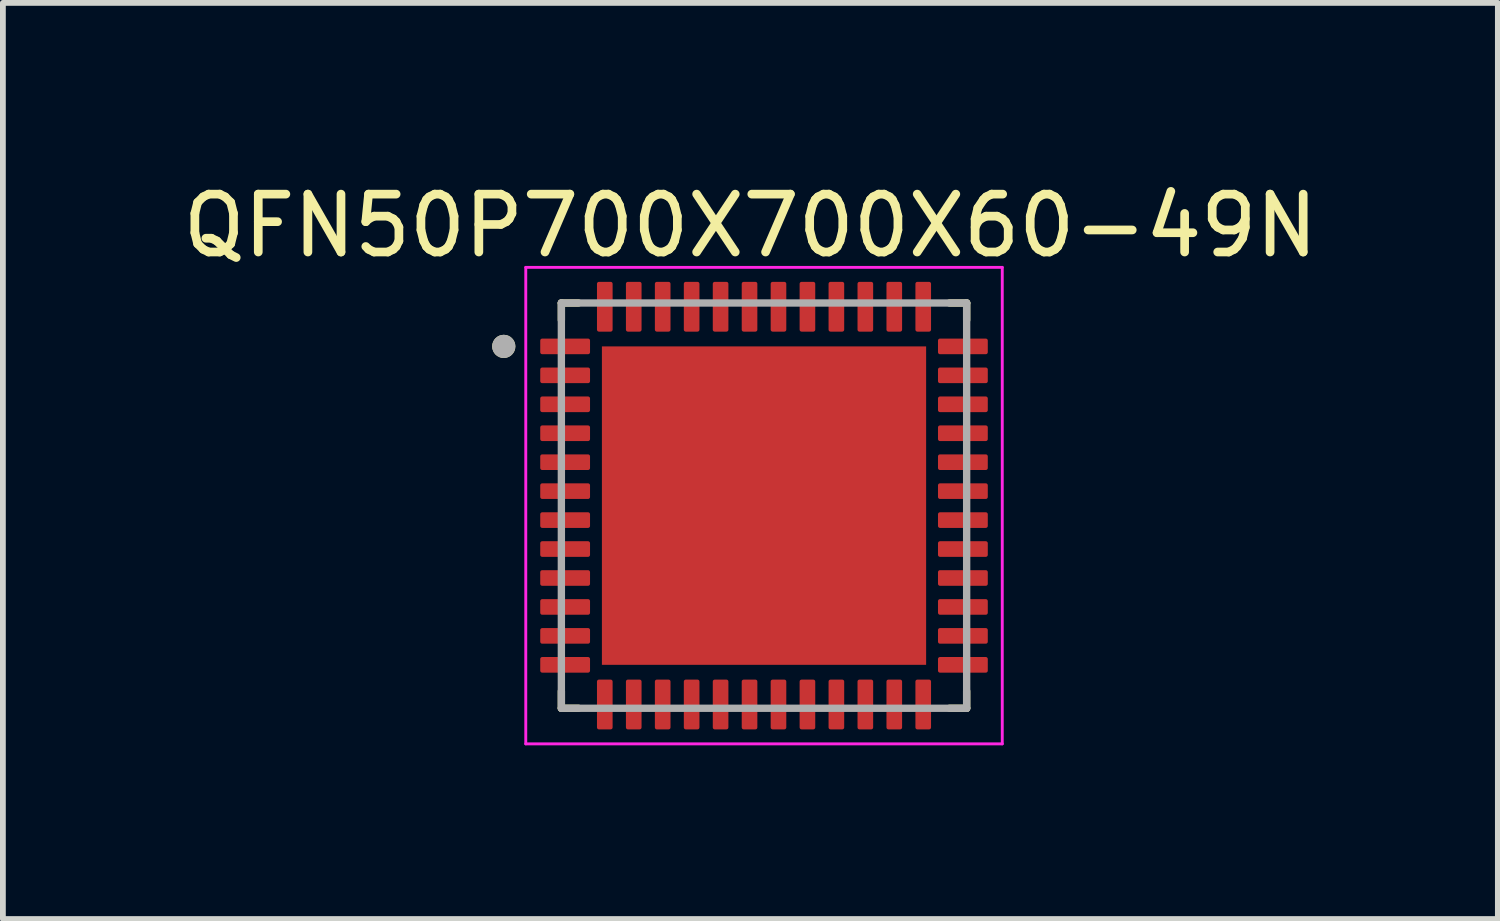
<source format=kicad_pcb>
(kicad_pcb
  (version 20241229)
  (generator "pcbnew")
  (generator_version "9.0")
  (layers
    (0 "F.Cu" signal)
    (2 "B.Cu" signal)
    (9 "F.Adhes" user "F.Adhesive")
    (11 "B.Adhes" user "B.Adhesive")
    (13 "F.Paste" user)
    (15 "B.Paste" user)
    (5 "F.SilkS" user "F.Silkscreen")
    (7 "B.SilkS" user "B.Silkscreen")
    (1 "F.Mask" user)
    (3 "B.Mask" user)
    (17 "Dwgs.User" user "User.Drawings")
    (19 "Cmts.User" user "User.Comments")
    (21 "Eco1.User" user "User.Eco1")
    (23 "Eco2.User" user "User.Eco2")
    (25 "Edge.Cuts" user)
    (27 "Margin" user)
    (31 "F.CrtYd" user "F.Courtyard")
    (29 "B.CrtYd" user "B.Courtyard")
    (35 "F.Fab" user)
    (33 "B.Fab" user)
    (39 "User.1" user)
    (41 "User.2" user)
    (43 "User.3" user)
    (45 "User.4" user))
  (footprint "QFN50P700X700X60-49N"
    (layer "F.Cu")
    (at 10.146 5.683)
    (property "Reference" "QFN50P700X700X60-49N" (at -0.235 -4.835 0) (layer "F.SilkS") (effects (font (size 1 1) (thickness 0.15))))
    (attr smd)
    (fp_line (start -3.5 -3.5) (end -3.5 -3.205) (stroke (width 0.127) (type solid)) (layer "F.SilkS"))
    (fp_line (start -3.5 -3.5) (end -3.205 -3.5) (stroke (width 0.127) (type solid)) (layer "F.SilkS"))
    (fp_line (start -3.5 3.5) (end -3.5 3.205) (stroke (width 0.127) (type solid)) (layer "F.SilkS"))
    (fp_line (start -3.5 3.5) (end -3.205 3.5) (stroke (width 0.127) (type solid)) (layer "F.SilkS"))
    (fp_line (start 3.5 -3.5) (end 3.205 -3.5) (stroke (width 0.127) (type solid)) (layer "F.SilkS"))
    (fp_line (start 3.5 -3.5) (end 3.5 -3.205) (stroke (width 0.127) (type solid)) (layer "F.SilkS"))
    (fp_line (start 3.5 3.5) (end 3.205 3.5) (stroke (width 0.127) (type solid)) (layer "F.SilkS"))
    (fp_line (start 3.5 3.5) (end 3.5 3.205) (stroke (width 0.127) (type solid)) (layer "F.SilkS"))
    (fp_circle (center -4.495 -2.75) (end -4.395 -2.75) (stroke (width 0.2) (type solid)) (fill no) (layer "F.SilkS"))
    (fp_poly (pts (xy -2.29 -2.24) (xy -0.51 -2.24) (xy -0.51 -0.51) (xy -2.29 -0.51)) (stroke (width 0.01) (type solid)) (fill yes) (layer "F.Paste"))
    (fp_poly (pts (xy -2.29 0.51) (xy -0.51 0.51) (xy -0.51 2.24) (xy -2.29 2.24)) (stroke (width 0.01) (type solid)) (fill yes) (layer "F.Paste"))
    (fp_poly (pts (xy 0.51 -2.24) (xy 2.29 -2.24) (xy 2.29 -0.51) (xy 0.51 -0.51)) (stroke (width 0.01) (type solid)) (fill yes) (layer "F.Paste"))
    (fp_poly (pts (xy 0.51 0.51) (xy 2.29 0.51) (xy 2.29 2.24) (xy 0.51 2.24)) (stroke (width 0.01) (type solid)) (fill yes) (layer "F.Paste"))
    (fp_line (start -4.115 -4.115) (end 4.115 -4.115) (stroke (width 0.05) (type solid)) (layer "F.CrtYd"))
    (fp_line (start -4.115 4.115) (end -4.115 -4.115) (stroke (width 0.05) (type solid)) (layer "F.CrtYd"))
    (fp_line (start -4.115 4.115) (end 4.115 4.115) (stroke (width 0.05) (type solid)) (layer "F.CrtYd"))
    (fp_line (start 4.115 4.115) (end 4.115 -4.115) (stroke (width 0.05) (type solid)) (layer "F.CrtYd"))
    (fp_line (start -3.5 3.5) (end -3.5 -3.5) (stroke (width 0.127) (type solid)) (layer "F.Fab"))
    (fp_line (start 3.5 -3.5) (end -3.5 -3.5) (stroke (width 0.127) (type solid)) (layer "F.Fab"))
    (fp_line (start 3.5 3.5) (end -3.5 3.5) (stroke (width 0.127) (type solid)) (layer "F.Fab"))
    (fp_line (start 3.5 3.5) (end 3.5 -3.5) (stroke (width 0.127) (type solid)) (layer "F.Fab"))
    (fp_circle (center -4.495 -2.75) (end -4.395 -2.75) (stroke (width 0.2) (type solid)) (fill no) (layer "F.Fab"))
    (pad "1" smd roundrect (at -3.435 -2.75) (size 0.86 0.27) (layers "F.Cu" "F.Mask" "F.Paste") (roundrect_rratio 0.125))
    (pad "2" smd roundrect (at -3.435 -2.25) (size 0.86 0.27) (layers "F.Cu" "F.Mask" "F.Paste") (roundrect_rratio 0.125))
    (pad "3" smd roundrect (at -3.435 -1.75) (size 0.86 0.27) (layers "F.Cu" "F.Mask" "F.Paste") (roundrect_rratio 0.125))
    (pad "4" smd roundrect (at -3.435 -1.25) (size 0.86 0.27) (layers "F.Cu" "F.Mask" "F.Paste") (roundrect_rratio 0.125))
    (pad "5" smd roundrect (at -3.435 -0.75) (size 0.86 0.27) (layers "F.Cu" "F.Mask" "F.Paste") (roundrect_rratio 0.125))
    (pad "6" smd roundrect (at -3.435 -0.25) (size 0.86 0.27) (layers "F.Cu" "F.Mask" "F.Paste") (roundrect_rratio 0.125))
    (pad "7" smd roundrect (at -3.435 0.25) (size 0.86 0.27) (layers "F.Cu" "F.Mask" "F.Paste") (roundrect_rratio 0.125))
    (pad "8" smd roundrect (at -3.435 0.75) (size 0.86 0.27) (layers "F.Cu" "F.Mask" "F.Paste") (roundrect_rratio 0.125))
    (pad "9" smd roundrect (at -3.435 1.25) (size 0.86 0.27) (layers "F.Cu" "F.Mask" "F.Paste") (roundrect_rratio 0.125))
    (pad "10" smd roundrect (at -3.435 1.75) (size 0.86 0.27) (layers "F.Cu" "F.Mask" "F.Paste") (roundrect_rratio 0.125))
    (pad "11" smd roundrect (at -3.435 2.25) (size 0.86 0.27) (layers "F.Cu" "F.Mask" "F.Paste") (roundrect_rratio 0.125))
    (pad "12" smd roundrect (at -3.435 2.75) (size 0.86 0.27) (layers "F.Cu" "F.Mask" "F.Paste") (roundrect_rratio 0.125))
    (pad "13" smd roundrect (at -2.75 3.435) (size 0.27 0.86) (layers "F.Cu" "F.Mask" "F.Paste") (roundrect_rratio 0.125))
    (pad "14" smd roundrect (at -2.25 3.435) (size 0.27 0.86) (layers "F.Cu" "F.Mask" "F.Paste") (roundrect_rratio 0.125))
    (pad "15" smd roundrect (at -1.75 3.435) (size 0.27 0.86) (layers "F.Cu" "F.Mask" "F.Paste") (roundrect_rratio 0.125))
    (pad "16" smd roundrect (at -1.25 3.435) (size 0.27 0.86) (layers "F.Cu" "F.Mask" "F.Paste") (roundrect_rratio 0.125))
    (pad "17" smd roundrect (at -0.75 3.435) (size 0.27 0.86) (layers "F.Cu" "F.Mask" "F.Paste") (roundrect_rratio 0.125))
    (pad "18" smd roundrect (at -0.25 3.435) (size 0.27 0.86) (layers "F.Cu" "F.Mask" "F.Paste") (roundrect_rratio 0.125))
    (pad "19" smd roundrect (at 0.25 3.435) (size 0.27 0.86) (layers "F.Cu" "F.Mask" "F.Paste") (roundrect_rratio 0.125))
    (pad "20" smd roundrect (at 0.75 3.435) (size 0.27 0.86) (layers "F.Cu" "F.Mask" "F.Paste") (roundrect_rratio 0.125))
    (pad "21" smd roundrect (at 1.25 3.435) (size 0.27 0.86) (layers "F.Cu" "F.Mask" "F.Paste") (roundrect_rratio 0.125))
    (pad "22" smd roundrect (at 1.75 3.435) (size 0.27 0.86) (layers "F.Cu" "F.Mask" "F.Paste") (roundrect_rratio 0.125))
    (pad "23" smd roundrect (at 2.25 3.435) (size 0.27 0.86) (layers "F.Cu" "F.Mask" "F.Paste") (roundrect_rratio 0.125))
    (pad "24" smd roundrect (at 2.75 3.435) (size 0.27 0.86) (layers "F.Cu" "F.Mask" "F.Paste") (roundrect_rratio 0.125))
    (pad "25" smd roundrect (at 3.435 2.75) (size 0.86 0.27) (layers "F.Cu" "F.Mask" "F.Paste") (roundrect_rratio 0.125))
    (pad "26" smd roundrect (at 3.435 2.25) (size 0.86 0.27) (layers "F.Cu" "F.Mask" "F.Paste") (roundrect_rratio 0.125))
    (pad "27" smd roundrect (at 3.435 1.75) (size 0.86 0.27) (layers "F.Cu" "F.Mask" "F.Paste") (roundrect_rratio 0.125))
    (pad "28" smd roundrect (at 3.435 1.25) (size 0.86 0.27) (layers "F.Cu" "F.Mask" "F.Paste") (roundrect_rratio 0.125))
    (pad "29" smd roundrect (at 3.435 0.75) (size 0.86 0.27) (layers "F.Cu" "F.Mask" "F.Paste") (roundrect_rratio 0.125))
    (pad "30" smd roundrect (at 3.435 0.25) (size 0.86 0.27) (layers "F.Cu" "F.Mask" "F.Paste") (roundrect_rratio 0.125))
    (pad "31" smd roundrect (at 3.435 -0.25) (size 0.86 0.27) (layers "F.Cu" "F.Mask" "F.Paste") (roundrect_rratio 0.125))
    (pad "32" smd roundrect (at 3.435 -0.75) (size 0.86 0.27) (layers "F.Cu" "F.Mask" "F.Paste") (roundrect_rratio 0.125))
    (pad "33" smd roundrect (at 3.435 -1.25) (size 0.86 0.27) (layers "F.Cu" "F.Mask" "F.Paste") (roundrect_rratio 0.125))
    (pad "34" smd roundrect (at 3.435 -1.75) (size 0.86 0.27) (layers "F.Cu" "F.Mask" "F.Paste") (roundrect_rratio 0.125))
    (pad "35" smd roundrect (at 3.435 -2.25) (size 0.86 0.27) (layers "F.Cu" "F.Mask" "F.Paste") (roundrect_rratio 0.125))
    (pad "36" smd roundrect (at 3.435 -2.75) (size 0.86 0.27) (layers "F.Cu" "F.Mask" "F.Paste") (roundrect_rratio 0.125))
    (pad "37" smd roundrect (at 2.75 -3.435) (size 0.27 0.86) (layers "F.Cu" "F.Mask" "F.Paste") (roundrect_rratio 0.125))
    (pad "38" smd roundrect (at 2.25 -3.435) (size 0.27 0.86) (layers "F.Cu" "F.Mask" "F.Paste") (roundrect_rratio 0.125))
    (pad "39" smd roundrect (at 1.75 -3.435) (size 0.27 0.86) (layers "F.Cu" "F.Mask" "F.Paste") (roundrect_rratio 0.125))
    (pad "40" smd roundrect (at 1.25 -3.435) (size 0.27 0.86) (layers "F.Cu" "F.Mask" "F.Paste") (roundrect_rratio 0.125))
    (pad "41" smd roundrect (at 0.75 -3.435) (size 0.27 0.86) (layers "F.Cu" "F.Mask" "F.Paste") (roundrect_rratio 0.125))
    (pad "42" smd roundrect (at 0.25 -3.435) (size 0.27 0.86) (layers "F.Cu" "F.Mask" "F.Paste") (roundrect_rratio 0.125))
    (pad "43" smd roundrect (at -0.25 -3.435) (size 0.27 0.86) (layers "F.Cu" "F.Mask" "F.Paste") (roundrect_rratio 0.125))
    (pad "44" smd roundrect (at -0.75 -3.435) (size 0.27 0.86) (layers "F.Cu" "F.Mask" "F.Paste") (roundrect_rratio 0.125))
    (pad "45" smd roundrect (at -1.25 -3.435) (size 0.27 0.86) (layers "F.Cu" "F.Mask" "F.Paste") (roundrect_rratio 0.125))
    (pad "46" smd roundrect (at -1.75 -3.435) (size 0.27 0.86) (layers "F.Cu" "F.Mask" "F.Paste") (roundrect_rratio 0.125))
    (pad "47" smd roundrect (at -2.25 -3.435) (size 0.27 0.86) (layers "F.Cu" "F.Mask" "F.Paste") (roundrect_rratio 0.125))
    (pad "48" smd roundrect (at -2.75 -3.435) (size 0.27 0.86) (layers "F.Cu" "F.Mask" "F.Paste") (roundrect_rratio 0.125))
    (pad "49" smd rect (at 0 0) (size 5.6 5.5) (layers "F.Cu" "F.Mask")))
  (gr_rect
    (start -3 -3)
    (end 22.821 12.823)
    (stroke (width 0.1) (type default))
    (fill no)
    (layer "Edge.Cuts")))
</source>
